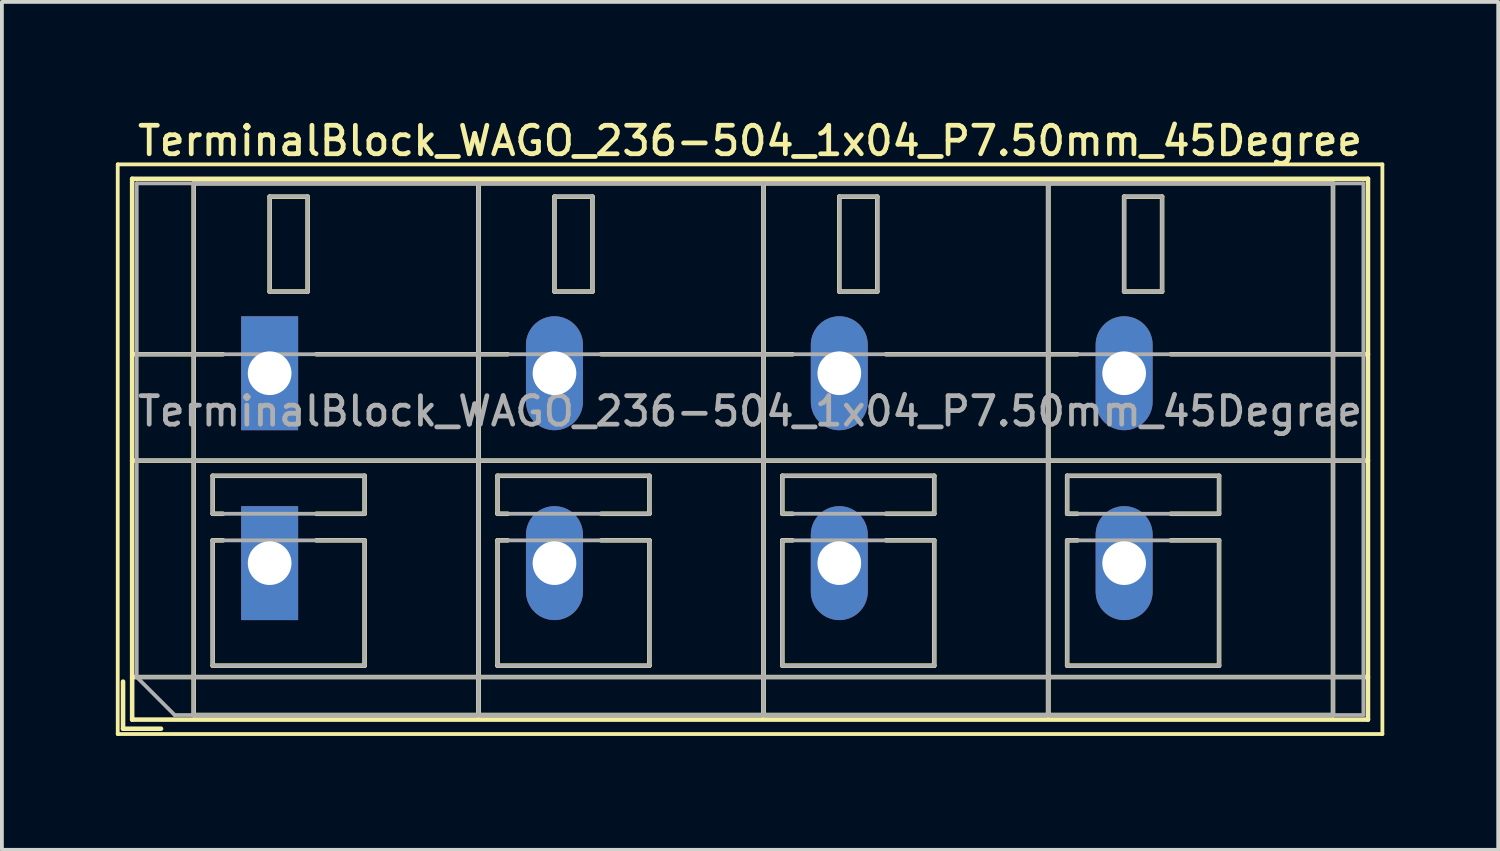
<source format=kicad_pcb>
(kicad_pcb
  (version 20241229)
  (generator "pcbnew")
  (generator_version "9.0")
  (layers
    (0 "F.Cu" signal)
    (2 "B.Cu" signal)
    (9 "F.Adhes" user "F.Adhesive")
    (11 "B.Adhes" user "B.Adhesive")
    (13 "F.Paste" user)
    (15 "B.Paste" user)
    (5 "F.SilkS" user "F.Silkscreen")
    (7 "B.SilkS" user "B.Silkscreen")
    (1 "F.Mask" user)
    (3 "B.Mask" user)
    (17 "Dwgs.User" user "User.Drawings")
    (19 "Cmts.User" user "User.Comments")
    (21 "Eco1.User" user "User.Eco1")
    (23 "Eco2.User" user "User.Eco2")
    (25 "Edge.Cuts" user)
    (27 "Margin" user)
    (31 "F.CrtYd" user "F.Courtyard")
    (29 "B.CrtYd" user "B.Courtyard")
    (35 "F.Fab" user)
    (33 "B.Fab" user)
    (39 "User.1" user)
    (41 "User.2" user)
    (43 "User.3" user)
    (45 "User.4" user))
  (footprint "TerminalBlock_WAGO_236-504_1x04_P7.50mm_45Degree"
    (layer "F.Cu")
    (at 4.05 6.778)
    (property "Reference" "TerminalBlock_WAGO_236-504_1x04_P7.50mm_45Degree" (at 12.65 -6.12 0) (layer "F.SilkS") (effects (font (size 0.75 0.75) (thickness 0.125))))
    (attr through_hole)
    (fp_line (start -4 -5.5) (end -4 9.5) (stroke (width 0.1) (type solid)) (layer "F.SilkS"))
    (fp_line (start -4 9.5) (end 29.3 9.5) (stroke (width 0.1) (type solid)) (layer "F.SilkS"))
    (fp_line (start -3.86 8.12) (end -3.86 9.36) (stroke (width 0.12) (type solid)) (layer "F.SilkS"))
    (fp_line (start -3.86 9.36) (end -2.86 9.36) (stroke (width 0.12) (type solid)) (layer "F.SilkS"))
    (fp_line (start -3.62 -5.12) (end -3.62 9.12) (stroke (width 0.12) (type solid)) (layer "F.SilkS"))
    (fp_line (start -3.62 -5.12) (end 28.92 -5.12) (stroke (width 0.12) (type solid)) (layer "F.SilkS"))
    (fp_line (start -3.62 -0.5) (end -1.23 -0.5) (stroke (width 0.12) (type solid)) (layer "F.SilkS"))
    (fp_line (start -3.62 2.3) (end 28.92 2.3) (stroke (width 0.12) (type solid)) (layer "F.SilkS"))
    (fp_line (start -3.62 8) (end 28.92 8) (stroke (width 0.12) (type solid)) (layer "F.SilkS"))
    (fp_line (start -3.62 9.12) (end 28.92 9.12) (stroke (width 0.12) (type solid)) (layer "F.SilkS"))
    (fp_line (start -2 -5) (end -2 9) (stroke (width 0.12) (type solid)) (layer "F.SilkS"))
    (fp_line (start -2 -5) (end 5.5 -5) (stroke (width 0.12) (type solid)) (layer "F.SilkS"))
    (fp_line (start -2 9) (end 5.5 9) (stroke (width 0.12) (type solid)) (layer "F.SilkS"))
    (fp_line (start -1.5 2.7) (end -1.5 3.7) (stroke (width 0.12) (type solid)) (layer "F.SilkS"))
    (fp_line (start -1.5 2.7) (end 2.5 2.7) (stroke (width 0.12) (type solid)) (layer "F.SilkS"))
    (fp_line (start -1.5 3.7) (end -1.23 3.7) (stroke (width 0.12) (type solid)) (layer "F.SilkS"))
    (fp_line (start -1.5 4.4) (end -1.5 7.7) (stroke (width 0.12) (type solid)) (layer "F.SilkS"))
    (fp_line (start -1.5 4.4) (end -1.23 4.4) (stroke (width 0.12) (type solid)) (layer "F.SilkS"))
    (fp_line (start -1.5 7.7) (end 2.5 7.7) (stroke (width 0.12) (type solid)) (layer "F.SilkS"))
    (fp_line (start 0 -4.65) (end 0 -2.151) (stroke (width 0.12) (type solid)) (layer "F.SilkS"))
    (fp_line (start 0 -4.65) (end 1 -4.65) (stroke (width 0.12) (type solid)) (layer "F.SilkS"))
    (fp_line (start 0 -2.151) (end 1 -2.151) (stroke (width 0.12) (type solid)) (layer "F.SilkS"))
    (fp_line (start 1 -4.65) (end 1 -2.151) (stroke (width 0.12) (type solid)) (layer "F.SilkS"))
    (fp_line (start 1.23 -0.5) (end 6.27 -0.5) (stroke (width 0.12) (type solid)) (layer "F.SilkS"))
    (fp_line (start 1.23 3.7) (end 2.5 3.7) (stroke (width 0.12) (type solid)) (layer "F.SilkS"))
    (fp_line (start 1.23 4.4) (end 2.5 4.4) (stroke (width 0.12) (type solid)) (layer "F.SilkS"))
    (fp_line (start 2.5 2.7) (end 2.5 3.7) (stroke (width 0.12) (type solid)) (layer "F.SilkS"))
    (fp_line (start 2.5 4.4) (end 2.5 7.7) (stroke (width 0.12) (type solid)) (layer "F.SilkS"))
    (fp_line (start 5.5 -5) (end 5.5 9) (stroke (width 0.12) (type solid)) (layer "F.SilkS"))
    (fp_line (start 5.5 -5) (end 5.5 9) (stroke (width 0.12) (type solid)) (layer "F.SilkS"))
    (fp_line (start 5.5 -5) (end 13 -5) (stroke (width 0.12) (type solid)) (layer "F.SilkS"))
    (fp_line (start 5.5 9) (end 13 9) (stroke (width 0.12) (type solid)) (layer "F.SilkS"))
    (fp_line (start 6 2.7) (end 6 3.7) (stroke (width 0.12) (type solid)) (layer "F.SilkS"))
    (fp_line (start 6 2.7) (end 10 2.7) (stroke (width 0.12) (type solid)) (layer "F.SilkS"))
    (fp_line (start 6 3.7) (end 6.27 3.7) (stroke (width 0.12) (type solid)) (layer "F.SilkS"))
    (fp_line (start 6 4.4) (end 6 7.7) (stroke (width 0.12) (type solid)) (layer "F.SilkS"))
    (fp_line (start 6 4.4) (end 6.27 4.4) (stroke (width 0.12) (type solid)) (layer "F.SilkS"))
    (fp_line (start 6 7.7) (end 10 7.7) (stroke (width 0.12) (type solid)) (layer "F.SilkS"))
    (fp_line (start 7.5 -4.65) (end 7.5 -2.151) (stroke (width 0.12) (type solid)) (layer "F.SilkS"))
    (fp_line (start 7.5 -4.65) (end 8.5 -4.65) (stroke (width 0.12) (type solid)) (layer "F.SilkS"))
    (fp_line (start 7.5 -2.151) (end 8.5 -2.151) (stroke (width 0.12) (type solid)) (layer "F.SilkS"))
    (fp_line (start 8.5 -4.65) (end 8.5 -2.151) (stroke (width 0.12) (type solid)) (layer "F.SilkS"))
    (fp_line (start 8.73 -0.5) (end 13.77 -0.5) (stroke (width 0.12) (type solid)) (layer "F.SilkS"))
    (fp_line (start 8.73 3.7) (end 10 3.7) (stroke (width 0.12) (type solid)) (layer "F.SilkS"))
    (fp_line (start 8.73 4.4) (end 10 4.4) (stroke (width 0.12) (type solid)) (layer "F.SilkS"))
    (fp_line (start 10 2.7) (end 10 3.7) (stroke (width 0.12) (type solid)) (layer "F.SilkS"))
    (fp_line (start 10 4.4) (end 10 7.7) (stroke (width 0.12) (type solid)) (layer "F.SilkS"))
    (fp_line (start 13 -5) (end 13 9) (stroke (width 0.12) (type solid)) (layer "F.SilkS"))
    (fp_line (start 13 -5) (end 13 9) (stroke (width 0.12) (type solid)) (layer "F.SilkS"))
    (fp_line (start 13 -5) (end 20.5 -5) (stroke (width 0.12) (type solid)) (layer "F.SilkS"))
    (fp_line (start 13 9) (end 20.5 9) (stroke (width 0.12) (type solid)) (layer "F.SilkS"))
    (fp_line (start 13.5 2.7) (end 13.5 3.7) (stroke (width 0.12) (type solid)) (layer "F.SilkS"))
    (fp_line (start 13.5 2.7) (end 17.5 2.7) (stroke (width 0.12) (type solid)) (layer "F.SilkS"))
    (fp_line (start 13.5 3.7) (end 13.77 3.7) (stroke (width 0.12) (type solid)) (layer "F.SilkS"))
    (fp_line (start 13.5 4.4) (end 13.5 7.7) (stroke (width 0.12) (type solid)) (layer "F.SilkS"))
    (fp_line (start 13.5 4.4) (end 13.77 4.4) (stroke (width 0.12) (type solid)) (layer "F.SilkS"))
    (fp_line (start 13.5 7.7) (end 17.5 7.7) (stroke (width 0.12) (type solid)) (layer "F.SilkS"))
    (fp_line (start 15 -4.65) (end 15 -2.151) (stroke (width 0.12) (type solid)) (layer "F.SilkS"))
    (fp_line (start 15 -4.65) (end 16 -4.65) (stroke (width 0.12) (type solid)) (layer "F.SilkS"))
    (fp_line (start 15 -2.151) (end 16 -2.151) (stroke (width 0.12) (type solid)) (layer "F.SilkS"))
    (fp_line (start 16 -4.65) (end 16 -2.151) (stroke (width 0.12) (type solid)) (layer "F.SilkS"))
    (fp_line (start 16.23 -0.5) (end 21.27 -0.5) (stroke (width 0.12) (type solid)) (layer "F.SilkS"))
    (fp_line (start 16.23 3.7) (end 17.5 3.7) (stroke (width 0.12) (type solid)) (layer "F.SilkS"))
    (fp_line (start 16.23 4.4) (end 17.5 4.4) (stroke (width 0.12) (type solid)) (layer "F.SilkS"))
    (fp_line (start 17.5 2.7) (end 17.5 3.7) (stroke (width 0.12) (type solid)) (layer "F.SilkS"))
    (fp_line (start 17.5 4.4) (end 17.5 7.7) (stroke (width 0.12) (type solid)) (layer "F.SilkS"))
    (fp_line (start 20.5 -5) (end 20.5 9) (stroke (width 0.12) (type solid)) (layer "F.SilkS"))
    (fp_line (start 20.5 -5) (end 20.5 9) (stroke (width 0.12) (type solid)) (layer "F.SilkS"))
    (fp_line (start 20.5 -5) (end 28 -5) (stroke (width 0.12) (type solid)) (layer "F.SilkS"))
    (fp_line (start 20.5 9) (end 28 9) (stroke (width 0.12) (type solid)) (layer "F.SilkS"))
    (fp_line (start 21 2.7) (end 21 3.7) (stroke (width 0.12) (type solid)) (layer "F.SilkS"))
    (fp_line (start 21 2.7) (end 25 2.7) (stroke (width 0.12) (type solid)) (layer "F.SilkS"))
    (fp_line (start 21 3.7) (end 21.27 3.7) (stroke (width 0.12) (type solid)) (layer "F.SilkS"))
    (fp_line (start 21 4.4) (end 21 7.7) (stroke (width 0.12) (type solid)) (layer "F.SilkS"))
    (fp_line (start 21 4.4) (end 21.27 4.4) (stroke (width 0.12) (type solid)) (layer "F.SilkS"))
    (fp_line (start 21 7.7) (end 25 7.7) (stroke (width 0.12) (type solid)) (layer "F.SilkS"))
    (fp_line (start 22.5 -4.65) (end 22.5 -2.151) (stroke (width 0.12) (type solid)) (layer "F.SilkS"))
    (fp_line (start 22.5 -4.65) (end 23.5 -4.65) (stroke (width 0.12) (type solid)) (layer "F.SilkS"))
    (fp_line (start 22.5 -2.151) (end 23.5 -2.151) (stroke (width 0.12) (type solid)) (layer "F.SilkS"))
    (fp_line (start 23.5 -4.65) (end 23.5 -2.151) (stroke (width 0.12) (type solid)) (layer "F.SilkS"))
    (fp_line (start 23.73 -0.5) (end 28.92 -0.5) (stroke (width 0.12) (type solid)) (layer "F.SilkS"))
    (fp_line (start 23.73 3.7) (end 25 3.7) (stroke (width 0.12) (type solid)) (layer "F.SilkS"))
    (fp_line (start 23.73 4.4) (end 25 4.4) (stroke (width 0.12) (type solid)) (layer "F.SilkS"))
    (fp_line (start 25 2.7) (end 25 3.7) (stroke (width 0.12) (type solid)) (layer "F.SilkS"))
    (fp_line (start 25 4.4) (end 25 7.7) (stroke (width 0.12) (type solid)) (layer "F.SilkS"))
    (fp_line (start 28 -5) (end 28 9) (stroke (width 0.12) (type solid)) (layer "F.SilkS"))
    (fp_line (start 28.92 -5.12) (end 28.92 9.12) (stroke (width 0.12) (type solid)) (layer "F.SilkS"))
    (fp_line (start 29.3 -5.5) (end -4 -5.5) (stroke (width 0.1) (type solid)) (layer "F.SilkS"))
    (fp_line (start 29.3 9.5) (end 29.3 -5.5) (stroke (width 0.1) (type solid)) (layer "F.SilkS"))
    (fp_line (start -3.5 -5) (end 28.8 -5) (stroke (width 0.1) (type solid)) (layer "F.Fab"))
    (fp_line (start -3.5 -0.5) (end 28.8 -0.5) (stroke (width 0.1) (type solid)) (layer "F.Fab"))
    (fp_line (start -3.5 2.3) (end 28.8 2.3) (stroke (width 0.1) (type solid)) (layer "F.Fab"))
    (fp_line (start -3.5 8) (end -3.5 -5) (stroke (width 0.1) (type solid)) (layer "F.Fab"))
    (fp_line (start -3.5 8) (end 28.8 8) (stroke (width 0.1) (type solid)) (layer "F.Fab"))
    (fp_line (start -2.5 9) (end -3.5 8) (stroke (width 0.1) (type solid)) (layer "F.Fab"))
    (fp_line (start -2 -5) (end -2 9) (stroke (width 0.1) (type solid)) (layer "F.Fab"))
    (fp_line (start -2 9) (end 5.5 9) (stroke (width 0.1) (type solid)) (layer "F.Fab"))
    (fp_line (start -1.5 2.7) (end -1.5 3.7) (stroke (width 0.1) (type solid)) (layer "F.Fab"))
    (fp_line (start -1.5 3.7) (end 2.5 3.7) (stroke (width 0.1) (type solid)) (layer "F.Fab"))
    (fp_line (start -1.5 4.4) (end -1.5 7.7) (stroke (width 0.1) (type solid)) (layer "F.Fab"))
    (fp_line (start -1.5 7.7) (end 2.5 7.7) (stroke (width 0.1) (type solid)) (layer "F.Fab"))
    (fp_line (start 0 -4.65) (end 0 -2.15) (stroke (width 0.1) (type solid)) (layer "F.Fab"))
    (fp_line (start 0 -2.15) (end 1 -2.15) (stroke (width 0.1) (type solid)) (layer "F.Fab"))
    (fp_line (start 1 -4.65) (end 0 -4.65) (stroke (width 0.1) (type solid)) (layer "F.Fab"))
    (fp_line (start 1 -2.15) (end 1 -4.65) (stroke (width 0.1) (type solid)) (layer "F.Fab"))
    (fp_line (start 2.5 2.7) (end -1.5 2.7) (stroke (width 0.1) (type solid)) (layer "F.Fab"))
    (fp_line (start 2.5 3.7) (end 2.5 2.7) (stroke (width 0.1) (type solid)) (layer "F.Fab"))
    (fp_line (start 2.5 4.4) (end -1.5 4.4) (stroke (width 0.1) (type solid)) (layer "F.Fab"))
    (fp_line (start 2.5 7.7) (end 2.5 4.4) (stroke (width 0.1) (type solid)) (layer "F.Fab"))
    (fp_line (start 5.5 -5) (end -2 -5) (stroke (width 0.1) (type solid)) (layer "F.Fab"))
    (fp_line (start 5.5 -5) (end 5.5 9) (stroke (width 0.1) (type solid)) (layer "F.Fab"))
    (fp_line (start 5.5 9) (end 5.5 -5) (stroke (width 0.1) (type solid)) (layer "F.Fab"))
    (fp_line (start 5.5 9) (end 13 9) (stroke (width 0.1) (type solid)) (layer "F.Fab"))
    (fp_line (start 6 2.7) (end 6 3.7) (stroke (width 0.1) (type solid)) (layer "F.Fab"))
    (fp_line (start 6 3.7) (end 10 3.7) (stroke (width 0.1) (type solid)) (layer "F.Fab"))
    (fp_line (start 6 4.4) (end 6 7.7) (stroke (width 0.1) (type solid)) (layer "F.Fab"))
    (fp_line (start 6 7.7) (end 10 7.7) (stroke (width 0.1) (type solid)) (layer "F.Fab"))
    (fp_line (start 7.5 -4.65) (end 7.5 -2.15) (stroke (width 0.1) (type solid)) (layer "F.Fab"))
    (fp_line (start 7.5 -2.15) (end 8.5 -2.15) (stroke (width 0.1) (type solid)) (layer "F.Fab"))
    (fp_line (start 8.5 -4.65) (end 7.5 -4.65) (stroke (width 0.1) (type solid)) (layer "F.Fab"))
    (fp_line (start 8.5 -2.15) (end 8.5 -4.65) (stroke (width 0.1) (type solid)) (layer "F.Fab"))
    (fp_line (start 10 2.7) (end 6 2.7) (stroke (width 0.1) (type solid)) (layer "F.Fab"))
    (fp_line (start 10 3.7) (end 10 2.7) (stroke (width 0.1) (type solid)) (layer "F.Fab"))
    (fp_line (start 10 4.4) (end 6 4.4) (stroke (width 0.1) (type solid)) (layer "F.Fab"))
    (fp_line (start 10 7.7) (end 10 4.4) (stroke (width 0.1) (type solid)) (layer "F.Fab"))
    (fp_line (start 13 -5) (end 5.5 -5) (stroke (width 0.1) (type solid)) (layer "F.Fab"))
    (fp_line (start 13 -5) (end 13 9) (stroke (width 0.1) (type solid)) (layer "F.Fab"))
    (fp_line (start 13 9) (end 13 -5) (stroke (width 0.1) (type solid)) (layer "F.Fab"))
    (fp_line (start 13 9) (end 20.5 9) (stroke (width 0.1) (type solid)) (layer "F.Fab"))
    (fp_line (start 13.5 2.7) (end 13.5 3.7) (stroke (width 0.1) (type solid)) (layer "F.Fab"))
    (fp_line (start 13.5 3.7) (end 17.5 3.7) (stroke (width 0.1) (type solid)) (layer "F.Fab"))
    (fp_line (start 13.5 4.4) (end 13.5 7.7) (stroke (width 0.1) (type solid)) (layer "F.Fab"))
    (fp_line (start 13.5 7.7) (end 17.5 7.7) (stroke (width 0.1) (type solid)) (layer "F.Fab"))
    (fp_line (start 15 -4.65) (end 15 -2.15) (stroke (width 0.1) (type solid)) (layer "F.Fab"))
    (fp_line (start 15 -2.15) (end 16 -2.15) (stroke (width 0.1) (type solid)) (layer "F.Fab"))
    (fp_line (start 16 -4.65) (end 15 -4.65) (stroke (width 0.1) (type solid)) (layer "F.Fab"))
    (fp_line (start 16 -2.15) (end 16 -4.65) (stroke (width 0.1) (type solid)) (layer "F.Fab"))
    (fp_line (start 17.5 2.7) (end 13.5 2.7) (stroke (width 0.1) (type solid)) (layer "F.Fab"))
    (fp_line (start 17.5 3.7) (end 17.5 2.7) (stroke (width 0.1) (type solid)) (layer "F.Fab"))
    (fp_line (start 17.5 4.4) (end 13.5 4.4) (stroke (width 0.1) (type solid)) (layer "F.Fab"))
    (fp_line (start 17.5 7.7) (end 17.5 4.4) (stroke (width 0.1) (type solid)) (layer "F.Fab"))
    (fp_line (start 20.5 -5) (end 13 -5) (stroke (width 0.1) (type solid)) (layer "F.Fab"))
    (fp_line (start 20.5 -5) (end 20.5 9) (stroke (width 0.1) (type solid)) (layer "F.Fab"))
    (fp_line (start 20.5 9) (end 20.5 -5) (stroke (width 0.1) (type solid)) (layer "F.Fab"))
    (fp_line (start 20.5 9) (end 28 9) (stroke (width 0.1) (type solid)) (layer "F.Fab"))
    (fp_line (start 21 2.7) (end 21 3.7) (stroke (width 0.1) (type solid)) (layer "F.Fab"))
    (fp_line (start 21 3.7) (end 25 3.7) (stroke (width 0.1) (type solid)) (layer "F.Fab"))
    (fp_line (start 21 4.4) (end 21 7.7) (stroke (width 0.1) (type solid)) (layer "F.Fab"))
    (fp_line (start 21 7.7) (end 25 7.7) (stroke (width 0.1) (type solid)) (layer "F.Fab"))
    (fp_line (start 22.5 -4.65) (end 22.5 -2.15) (stroke (width 0.1) (type solid)) (layer "F.Fab"))
    (fp_line (start 22.5 -2.15) (end 23.5 -2.15) (stroke (width 0.1) (type solid)) (layer "F.Fab"))
    (fp_line (start 23.5 -4.65) (end 22.5 -4.65) (stroke (width 0.1) (type solid)) (layer "F.Fab"))
    (fp_line (start 23.5 -2.15) (end 23.5 -4.65) (stroke (width 0.1) (type solid)) (layer "F.Fab"))
    (fp_line (start 25 2.7) (end 21 2.7) (stroke (width 0.1) (type solid)) (layer "F.Fab"))
    (fp_line (start 25 3.7) (end 25 2.7) (stroke (width 0.1) (type solid)) (layer "F.Fab"))
    (fp_line (start 25 4.4) (end 21 4.4) (stroke (width 0.1) (type solid)) (layer "F.Fab"))
    (fp_line (start 25 7.7) (end 25 4.4) (stroke (width 0.1) (type solid)) (layer "F.Fab"))
    (fp_line (start 28 -5) (end 20.5 -5) (stroke (width 0.1) (type solid)) (layer "F.Fab"))
    (fp_line (start 28 9) (end 28 -5) (stroke (width 0.1) (type solid)) (layer "F.Fab"))
    (fp_line (start 28.8 -5) (end 28.8 9) (stroke (width 0.1) (type solid)) (layer "F.Fab"))
    (fp_line (start 28.8 9) (end -2.5 9) (stroke (width 0.1) (type solid)) (layer "F.Fab"))
    (fp_text user "${REFERENCE}" (at 12.65 1 0) (layer "F.Fab") (effects (font (size 0.75 0.75) (thickness 0.125))))
    (pad "1" thru_hole rect (at 0 0) (size 1.5 3) (drill 1.15) (layers "*.Cu" "*.Mask"))
    (pad "1" thru_hole rect (at 0 5) (size 1.5 3) (drill 1.15) (layers "*.Cu" "*.Mask"))
    (pad "2" thru_hole oval (at 7.5 0) (size 1.5 3) (drill 1.15) (layers "*.Cu" "*.Mask"))
    (pad "2" thru_hole oval (at 7.5 5) (size 1.5 3) (drill 1.15) (layers "*.Cu" "*.Mask"))
    (pad "3" thru_hole oval (at 15 0) (size 1.5 3) (drill 1.15) (layers "*.Cu" "*.Mask"))
    (pad "3" thru_hole oval (at 15 5) (size 1.5 3) (drill 1.15) (layers "*.Cu" "*.Mask"))
    (pad "4" thru_hole oval (at 22.5 0) (size 1.5 3) (drill 1.15) (layers "*.Cu" "*.Mask"))
    (pad "4" thru_hole oval (at 22.5 5) (size 1.5 3) (drill 1.15) (layers "*.Cu" "*.Mask")))
  (gr_rect
    (start -3 -3)
    (end 36.4 19.328)
    (stroke (width 0.1) (type default))
    (fill no)
    (layer "Edge.Cuts")))
</source>
